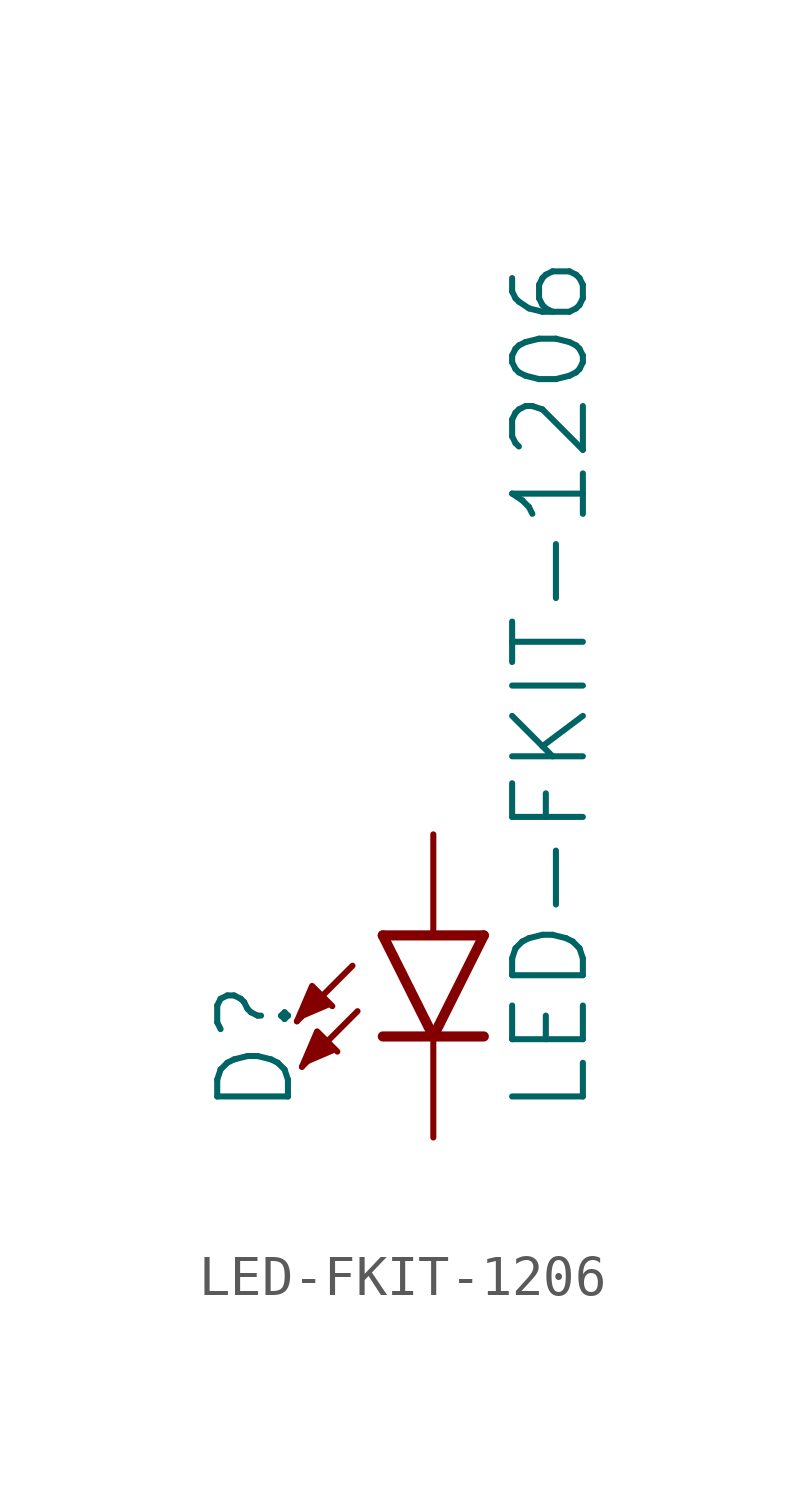
<source format=kicad_sym>
(kicad_symbol_lib
  (version 20211014)
  (generator kicad_symbol_editor)
  (symbol "LED-FKIT-1206"
    (property "Reference" "D"
      (at -3.429 -4.572 90)
      (effects (font (size 1.778 1.778)) (justify left bottom)))
    (property "Value" "LED-FKIT-1206"
      (at 1.905 -4.572 90)
      (effects (font (size 1.778 1.778)) (justify left top)))
    (property "ki_locked" ""
      (at 0 0 0)
      (effects (font (size 1.27 1.27))))
    (symbol "LED-FKIT-1206_1_0"
      (polyline (pts (xy -2.032 -0.762) (xy -3.429 -2.159)) (stroke (width 0.152) (type default) (color 0 0 0 0)) (fill (type none)))
      (polyline (pts (xy -1.905 -1.905) (xy -3.302 -3.302)) (stroke (width 0.152) (type default) (color 0 0 0 0)) (fill (type none)))
      (polyline (pts (xy 0 -2.54) (xy -1.27 -2.54)) (stroke (width 0.254) (type default) (color 0 0 0 0)) (fill (type none)))
      (polyline (pts (xy 0 -2.54) (xy -1.27 0)) (stroke (width 0.254) (type default) (color 0 0 0 0)) (fill (type none)))
      (polyline (pts (xy 1.27 -2.54) (xy 0 -2.54)) (stroke (width 0.254) (type default) (color 0 0 0 0)) (fill (type none)))
      (polyline (pts (xy 1.27 0) (xy -1.27 0)) (stroke (width 0.254) (type default) (color 0 0 0 0)) (fill (type none)))
      (polyline (pts (xy 1.27 0) (xy 0 -2.54)) (stroke (width 0.254) (type default) (color 0 0 0 0)) (fill (type none)))
      (polyline (pts (xy -3.429 -2.159) (xy -3.048 -1.27) (xy -2.54 -1.778)) (stroke (width 0) (type default) (color 0 0 0 0)) (fill (type outline)))
      (polyline (pts (xy -3.302 -3.302) (xy -2.921 -2.413) (xy -2.413 -2.921)) (stroke (width 0) (type default) (color 0 0 0 0)) (fill (type outline)))
      (pin passive line (at 0 2.54 270) (length 2.54) (name "A" (effects (font (size 0 0)))) (number "A" (effects (font (size 0 0)))))
      (pin passive line (at 0 -5.08 90) (length 2.54) (name "C" (effects (font (size 0 0)))) (number "C" (effects (font (size 0 0))))))))
</source>
